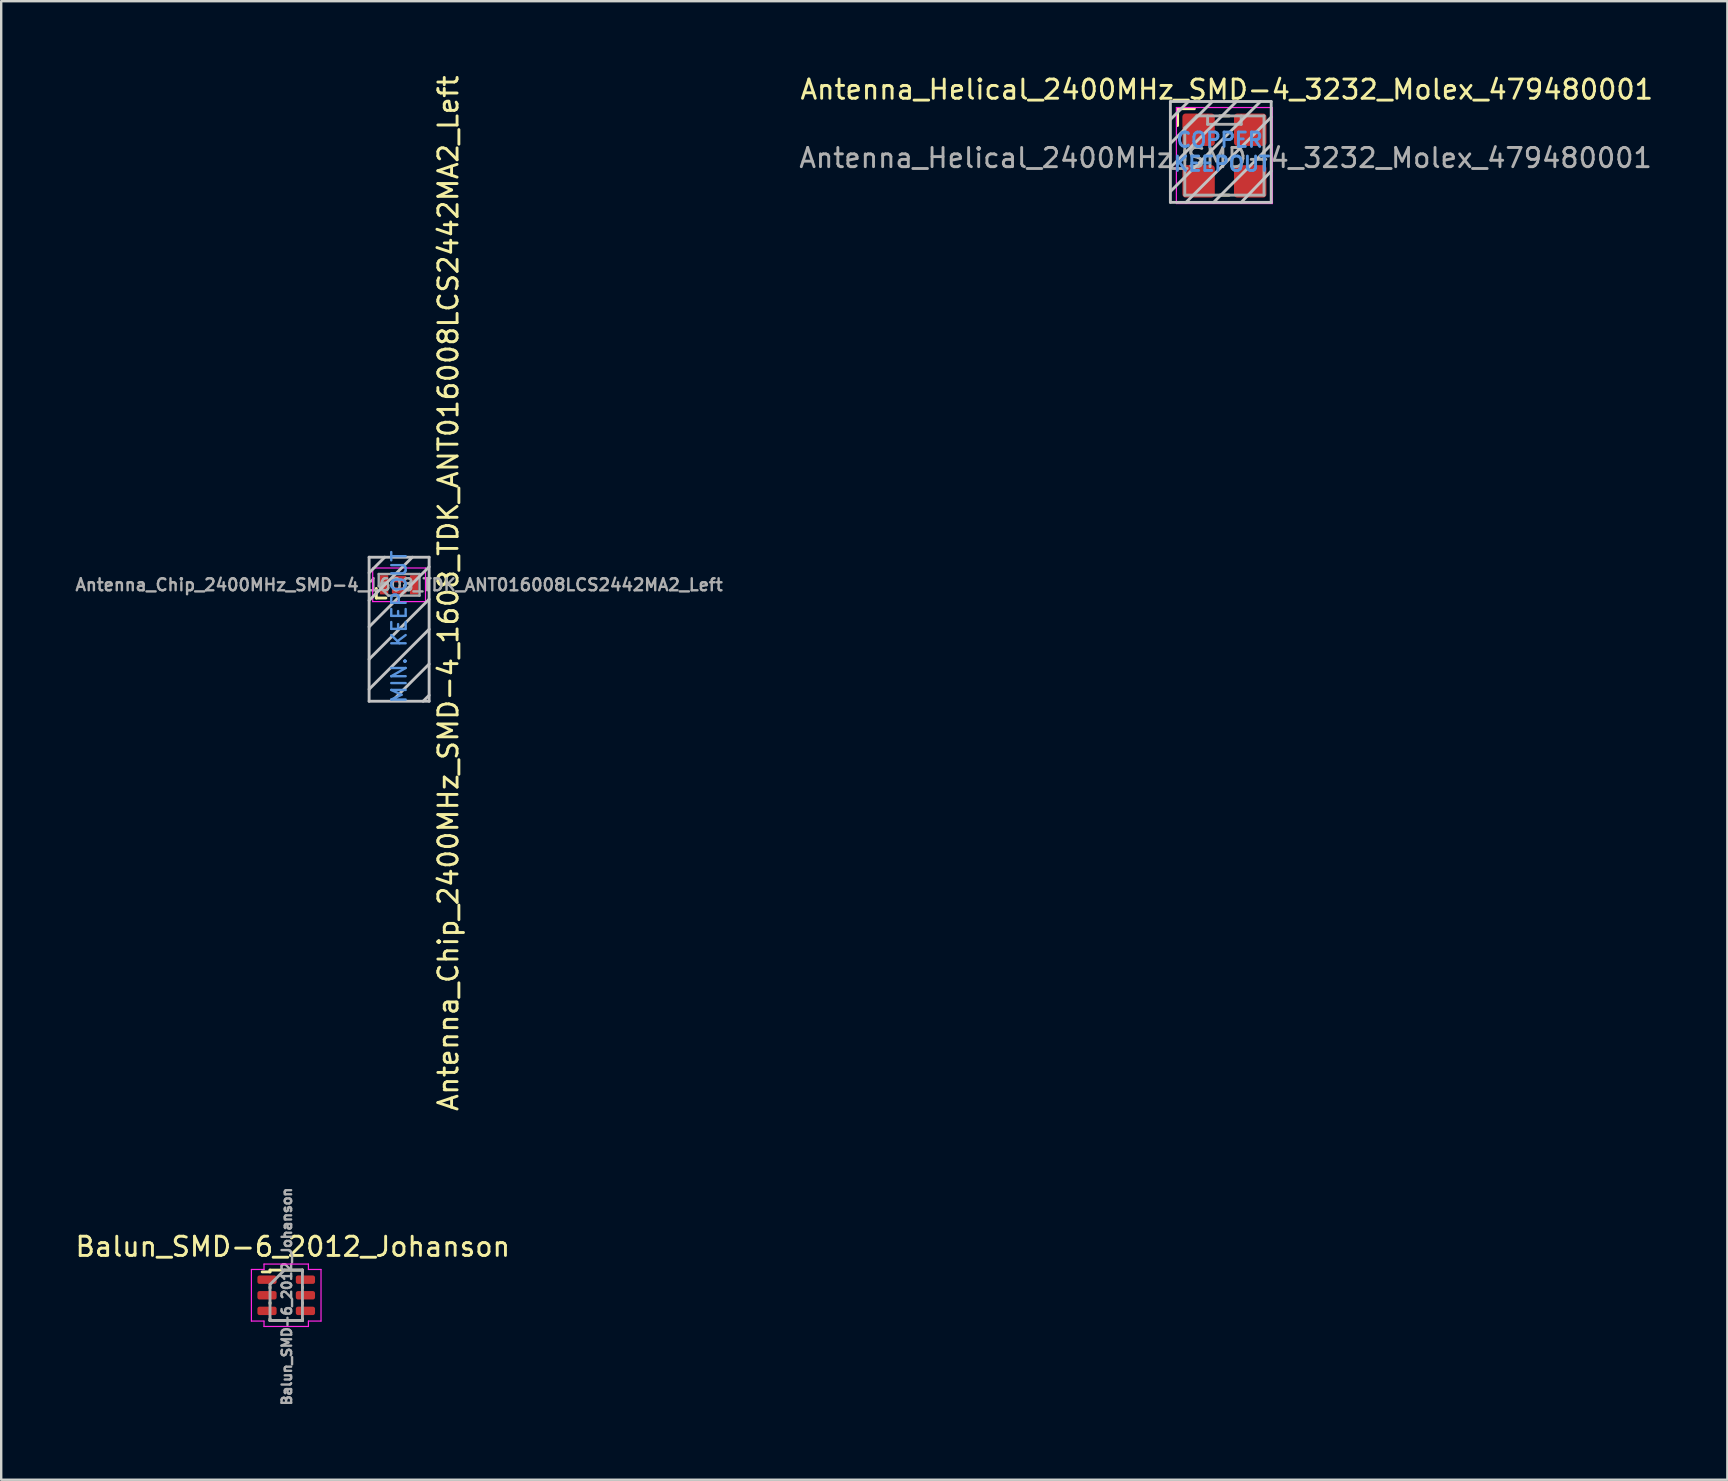
<source format=kicad_pcb>
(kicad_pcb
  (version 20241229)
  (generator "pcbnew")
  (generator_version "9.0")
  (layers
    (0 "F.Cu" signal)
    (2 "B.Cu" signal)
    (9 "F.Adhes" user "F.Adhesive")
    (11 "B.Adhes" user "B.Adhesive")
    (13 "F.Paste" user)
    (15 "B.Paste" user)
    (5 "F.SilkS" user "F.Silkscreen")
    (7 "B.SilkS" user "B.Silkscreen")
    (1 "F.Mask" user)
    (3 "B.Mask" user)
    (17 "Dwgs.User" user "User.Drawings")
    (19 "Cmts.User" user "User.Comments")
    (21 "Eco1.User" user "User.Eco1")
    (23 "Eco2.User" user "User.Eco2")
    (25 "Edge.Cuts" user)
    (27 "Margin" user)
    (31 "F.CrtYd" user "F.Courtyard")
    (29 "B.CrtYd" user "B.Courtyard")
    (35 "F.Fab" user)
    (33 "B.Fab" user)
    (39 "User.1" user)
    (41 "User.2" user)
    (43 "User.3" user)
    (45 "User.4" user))
  (footprint "Balun_SMD-6_2012_Johanson"
    (layer "F.Cu")
    (at 8.873 50.883)
    (property "Reference" "Balun_SMD-6_2012_Johanson" (at 0.275 -2 0) (unlocked yes) (layer "F.SilkS") (effects (font (size 0.8 0.8) (thickness 0.12))))
    (attr smd)
    (fp_line (start -1 -0.95) (end -0.675 -0.95) (stroke (width 0.12) (type solid)) (layer "F.SilkS"))
    (fp_line (start -0.675 -1.025) (end -0.675 -0.95) (stroke (width 0.12) (type solid)) (layer "F.SilkS"))
    (fp_line (start -0.675 -0.325) (end -0.675 -0.275) (stroke (width 0.12) (type solid)) (layer "F.SilkS"))
    (fp_line (start -0.675 0.325) (end -0.675 0.375) (stroke (width 0.12) (type solid)) (layer "F.SilkS"))
    (fp_line (start -0.675 1) (end -0.675 1.075) (stroke (width 0.12) (type solid)) (layer "F.SilkS"))
    (fp_line (start -0.675 1.075) (end 0.675 1.075) (stroke (width 0.12) (type solid)) (layer "F.SilkS"))
    (fp_line (start 0.675 -1.025) (end -0.675 -1.025) (stroke (width 0.12) (type solid)) (layer "F.SilkS"))
    (fp_line (start 0.675 -1.025) (end 0.675 -0.95) (stroke (width 0.12) (type solid)) (layer "F.SilkS"))
    (fp_line (start 0.675 -0.325) (end 0.675 -0.275) (stroke (width 0.12) (type solid)) (layer "F.SilkS"))
    (fp_line (start 0.675 0.325) (end 0.675 0.375) (stroke (width 0.12) (type solid)) (layer "F.SilkS"))
    (fp_line (start 0.675 1) (end 0.675 1.075) (stroke (width 0.12) (type solid)) (layer "F.SilkS"))
    (fp_line (start -1.45 -1.05) (end -1.45 1.1) (stroke (width 0.05) (type solid)) (layer "F.CrtYd"))
    (fp_line (start -1.45 1.1) (end -0.925 1.1) (stroke (width 0.05) (type solid)) (layer "F.CrtYd"))
    (fp_line (start -0.925 -1.275) (end -0.925 -1.05) (stroke (width 0.05) (type solid)) (layer "F.CrtYd"))
    (fp_line (start -0.925 -1.05) (end -1.45 -1.05) (stroke (width 0.05) (type solid)) (layer "F.CrtYd"))
    (fp_line (start -0.925 1.1) (end -0.925 1.325) (stroke (width 0.05) (type solid)) (layer "F.CrtYd"))
    (fp_line (start -0.925 1.325) (end 0.925 1.325) (stroke (width 0.05) (type solid)) (layer "F.CrtYd"))
    (fp_line (start 0.925 -1.275) (end -0.925 -1.275) (stroke (width 0.05) (type solid)) (layer "F.CrtYd"))
    (fp_line (start 0.925 -1.05) (end 0.925 -1.275) (stroke (width 0.05) (type solid)) (layer "F.CrtYd"))
    (fp_line (start 0.925 1.1) (end 1.45 1.1) (stroke (width 0.05) (type solid)) (layer "F.CrtYd"))
    (fp_line (start 0.925 1.325) (end 0.925 1.1) (stroke (width 0.05) (type solid)) (layer "F.CrtYd"))
    (fp_line (start 1.45 -1.05) (end 0.925 -1.05) (stroke (width 0.05) (type solid)) (layer "F.CrtYd"))
    (fp_line (start 1.45 1.1) (end 1.45 -1.05) (stroke (width 0.05) (type solid)) (layer "F.CrtYd"))
    (fp_line (start -0.675 -0.425) (end -0.675 1.075) (stroke (width 0.12) (type solid)) (layer "F.Fab"))
    (fp_line (start -0.675 1.075) (end 0.675 1.075) (stroke (width 0.12) (type solid)) (layer "F.Fab"))
    (fp_line (start -0.075 -1.025) (end -0.675 -0.425) (stroke (width 0.12) (type solid)) (layer "F.Fab"))
    (fp_line (start 0.675 -1.025) (end -0.075 -1.025) (stroke (width 0.12) (type solid)) (layer "F.Fab"))
    (fp_line (start 0.675 -1.025) (end 0.675 1.075) (stroke (width 0.12) (type solid)) (layer "F.Fab"))
    (fp_text user "${REFERENCE}" (at 0.025 0.075 90) (layer "F.Fab") (effects (font (size 0.4 0.4) (thickness 0.1))))
    (pad "1" smd roundrect (at -0.8 -0.625 90) (size 0.35 0.8) (layers "F.Cu" "F.Mask" "F.Paste") (roundrect_rratio 0.25))
    (pad "2" smd roundrect (at -0.8 0.025 90) (size 0.35 0.8) (layers "F.Cu" "F.Mask" "F.Paste") (roundrect_rratio 0.25))
    (pad "3" smd roundrect (at -0.8 0.675 90) (size 0.35 0.8) (layers "F.Cu" "F.Mask" "F.Paste") (roundrect_rratio 0.25))
    (pad "4" smd roundrect (at 0.8 0.675 90) (size 0.35 0.8) (layers "F.Cu" "F.Mask" "F.Paste") (roundrect_rratio 0.25))
    (pad "5" smd roundrect (at 0.8 0.025 90) (size 0.35 0.8) (layers "F.Cu" "F.Mask" "F.Paste") (roundrect_rratio 0.25))
    (pad "6" smd roundrect (at 0.8 -0.625 90) (size 0.35 0.8) (layers "F.Cu" "F.Mask" "F.Paste") (roundrect_rratio 0.25)))
  (footprint "Antenna_Chip_2400MHz_SMD-4_1608_TDK_ANT016008LCS2442MA2_Left"
    (layer "F.Cu")
    (at 13.576 21.312)
    (property "Reference" "Antenna_Chip_2400MHz_SMD-4_1608_TDK_ANT016008LCS2442MA2_Left" (at 2.05 0.35 90) (unlocked yes) (layer "F.SilkS") (effects (font (size 0.8 0.8) (thickness 0.12))))
    (attr smd)
    (fp_line (start -0.95 0.15) (end -0.95 0.55) (stroke (width 0.12) (type solid)) (layer "F.SilkS"))
    (fp_line (start -0.95 0.55) (end -0.55 0.55) (stroke (width 0.12) (type solid)) (layer "F.SilkS"))
    (fp_line (start -1.25 -1.15) (end -1.25 4.85) (stroke (width 0.12) (type solid)) (layer "Dwgs.User"))
    (fp_line (start -1.25 -0.5) (end -0.6 -1.15) (stroke (width 0.12) (type solid)) (layer "Dwgs.User"))
    (fp_line (start -1.25 0.65) (end 0.55 -1.15) (stroke (width 0.12) (type solid)) (layer "Dwgs.User"))
    (fp_line (start -1.25 1.75) (end 1.25 -0.75) (stroke (width 0.12) (type solid)) (layer "Dwgs.User"))
    (fp_line (start -1.25 3.1) (end 1.25 0.6) (stroke (width 0.12) (type solid)) (layer "Dwgs.User"))
    (fp_line (start -1.25 4.35) (end 1.25 1.85) (stroke (width 0.12) (type solid)) (layer "Dwgs.User"))
    (fp_line (start -1.25 4.85) (end 1.25 4.85) (stroke (width 0.12) (type solid)) (layer "Dwgs.User"))
    (fp_line (start -0.25 4.8) (end 1.25 3.3) (stroke (width 0.12) (type solid)) (layer "Dwgs.User"))
    (fp_line (start 1 4.85) (end 1.25 4.6) (stroke (width 0.12) (type solid)) (layer "Dwgs.User"))
    (fp_line (start 1.25 -1.15) (end -1.25 -1.15) (stroke (width 0.12) (type solid)) (layer "Dwgs.User"))
    (fp_line (start 1.25 4.85) (end 1.25 -1.15) (stroke (width 0.12) (type solid)) (layer "Dwgs.User"))
    (fp_line (start -1.1 -0.7) (end 1.1 -0.7) (stroke (width 0.05) (type solid)) (layer "F.CrtYd"))
    (fp_line (start -1.1 0.7) (end -1.1 -0.7) (stroke (width 0.05) (type solid)) (layer "F.CrtYd"))
    (fp_line (start 1.1 -0.7) (end 1.1 0.7) (stroke (width 0.05) (type solid)) (layer "F.CrtYd"))
    (fp_line (start 1.1 0.7) (end -1.1 0.7) (stroke (width 0.05) (type solid)) (layer "F.CrtYd"))
    (fp_line (start -0.85 -0.45) (end -0.85 0.05) (stroke (width 0.1) (type solid)) (layer "F.Fab"))
    (fp_line (start -0.85 0.05) (end -0.45 0.45) (stroke (width 0.1) (type solid)) (layer "F.Fab"))
    (fp_line (start -0.45 0.45) (end 0.85 0.45) (stroke (width 0.1) (type solid)) (layer "F.Fab"))
    (fp_line (start 0.85 -0.45) (end -0.85 -0.45) (stroke (width 0.1) (type solid)) (layer "F.Fab"))
    (fp_line (start 0.85 0.45) (end 0.85 -0.45) (stroke (width 0.1) (type solid)) (layer "F.Fab"))
    (fp_text user "MIN. KEEPOUT" (at 0 1.75 90) (layer "Cmts.User") (effects (font (size 0.6 0.6) (thickness 0.1))))
    (fp_text user "${REFERENCE}" (at 0 0 0) (layer "F.Fab") (effects (font (size 0.5 0.5) (thickness 0.1))))
    (pad "1" smd roundrect (at -0.625 0) (size 0.35 0.8) (layers "F.Cu" "F.Mask" "F.Paste") (roundrect_rratio 0.1))
    (pad "2" smd roundrect (at 0 -0.235) (size 0.6 0.26) (layers "F.Cu" "F.Mask" "F.Paste") (roundrect_rratio 0.1))
    (pad "3" smd roundrect (at 0 0.235) (size 0.6 0.26) (layers "F.Cu" "F.Mask" "F.Paste") (roundrect_rratio 0.1))
    (pad "4" smd roundrect (at 0.625 0) (size 0.35 0.8) (layers "F.Cu" "F.Mask" "F.Paste") (roundrect_rratio 0.1)))
  (footprint "Antenna_Helical_2400MHz_SMD-4_3232_Molex_479480001"
    (layer "F.Cu")
    (at 47.955 3.429)
    (property "Reference" "Antenna_Helical_2400MHz_SMD-4_3232_Molex_479480001" (at 0.1 -2.75 0) (unlocked yes) (layer "F.SilkS") (effects (font (size 0.8 0.8) (thickness 0.12))))
    (attr smd)
    (fp_line (start -1.95 -1.95) (end -1.95 -1.25) (stroke (width 0.12) (type solid)) (layer "F.SilkS"))
    (fp_line (start -1.95 -1.95) (end -1.25 -1.95) (stroke (width 0.12) (type solid)) (layer "F.SilkS"))
    (fp_line (start -1.65 0.2) (end -1.65 -0.2) (stroke (width 0.12) (type solid)) (layer "F.SilkS"))
    (fp_line (start -0.2 -1.65) (end 0.2 -1.65) (stroke (width 0.12) (type solid)) (layer "F.SilkS"))
    (fp_line (start -0.2 1.65) (end 0.2 1.65) (stroke (width 0.12) (type solid)) (layer "F.SilkS"))
    (fp_line (start 1.65 0.2) (end 1.65 -0.2) (stroke (width 0.12) (type solid)) (layer "F.SilkS"))
    (fp_line (start -2.25 -2.25) (end 1.95 -2.25) (stroke (width 0.12) (type solid)) (layer "Dwgs.User"))
    (fp_line (start -2.25 -1.5) (end -1.5 -2.25) (stroke (width 0.12) (type solid)) (layer "Dwgs.User"))
    (fp_line (start -2.25 -0.5) (end -0.5 -2.25) (stroke (width 0.12) (type solid)) (layer "Dwgs.User"))
    (fp_line (start -2.25 0.5) (end 0.5 -2.25) (stroke (width 0.12) (type solid)) (layer "Dwgs.User"))
    (fp_line (start -2.25 1.5) (end 1.5 -2.25) (stroke (width 0.12) (type solid)) (layer "Dwgs.User"))
    (fp_line (start -2.25 1.95) (end -2.25 -2.25) (stroke (width 0.12) (type solid)) (layer "Dwgs.User"))
    (fp_line (start -0.45 1.95) (end 1.95 -0.45) (stroke (width 0.12) (type solid)) (layer "Dwgs.User"))
    (fp_line (start 0.7 1.95) (end 1.95 0.65) (stroke (width 0.12) (type solid)) (layer "Dwgs.User"))
    (fp_line (start 1.95 -2.25) (end 1.95 1.95) (stroke (width 0.12) (type solid)) (layer "Dwgs.User"))
    (fp_line (start 1.95 -1.6) (end -1.6 1.95) (stroke (width 0.12) (type solid)) (layer "Dwgs.User"))
    (fp_line (start 1.95 1.95) (end -2.25 1.95) (stroke (width 0.12) (type solid)) (layer "Dwgs.User"))
    (fp_line (start -2 -2) (end -2 2) (stroke (width 0.05) (type solid)) (layer "F.CrtYd"))
    (fp_line (start -2 2) (end 2 2) (stroke (width 0.05) (type solid)) (layer "F.CrtYd"))
    (fp_line (start 2 -2) (end -2 -2) (stroke (width 0.05) (type solid)) (layer "F.CrtYd"))
    (fp_line (start 2 2) (end 2 -2) (stroke (width 0.05) (type solid)) (layer "F.CrtYd"))
    (fp_line (start -1.65 -1.15) (end -1.65 1.65) (stroke (width 0.12) (type solid)) (layer "F.Fab"))
    (fp_line (start -1.65 1.65) (end 1.65 1.65) (stroke (width 0.12) (type solid)) (layer "F.Fab"))
    (fp_line (start -1.15 -1.65) (end -1.65 -1.15) (stroke (width 0.12) (type solid)) (layer "F.Fab"))
    (fp_line (start -0.7 -1.65) (end -0.7 -1.3) (stroke (width 0.12) (type solid)) (layer "F.Fab"))
    (fp_line (start -0.7 -1.3) (end 0.7 -1.3) (stroke (width 0.12) (type solid)) (layer "F.Fab"))
    (fp_line (start 0.7 -1.3) (end 0.7 -1.65) (stroke (width 0.12) (type solid)) (layer "F.Fab"))
    (fp_line (start 1.65 -1.65) (end -1.15 -1.65) (stroke (width 0.12) (type solid)) (layer "F.Fab"))
    (fp_line (start 1.65 1.65) (end 1.65 -1.65) (stroke (width 0.12) (type solid)) (layer "F.Fab"))
    (fp_text user "COPPER" (at -0.2 -0.65 0) (layer "Cmts.User") (effects (font (size 0.6 0.6) (thickness 0.12))))
    (fp_text user "KEEPOUT" (at -0.1 0.35 0) (layer "Cmts.User") (effects (font (size 0.6 0.6) (thickness 0.12))))
    (fp_text user "${REFERENCE}" (at 0.05 0.1 0) (layer "F.Fab") (effects (font (size 0.8 0.8) (thickness 0.12))))
    (pad "1" smd roundrect (at -1.075 -1.075) (size 1.35 1.35) (layers "F.Cu" "F.Mask" "F.Paste") (roundrect_rratio 0.1))
    (pad "2" smd roundrect (at 1.075 -1.075) (size 1.35 1.35) (layers "F.Cu" "F.Mask" "F.Paste") (roundrect_rratio 0.1))
    (pad "3" smd roundrect (at 1.075 1.075) (size 1.35 1.35) (layers "F.Cu" "F.Mask" "F.Paste") (roundrect_rratio 0.1))
    (pad "4" smd roundrect (at -1.075 1.075) (size 1.35 1.35) (layers "F.Cu" "F.Mask" "F.Paste") (roundrect_rratio 0.1)))
  (gr_rect
    (start -3 -3)
    (end 68.907 58.591)
    (stroke (width 0.1) (type default))
    (fill no)
    (layer "Edge.Cuts")))
</source>
